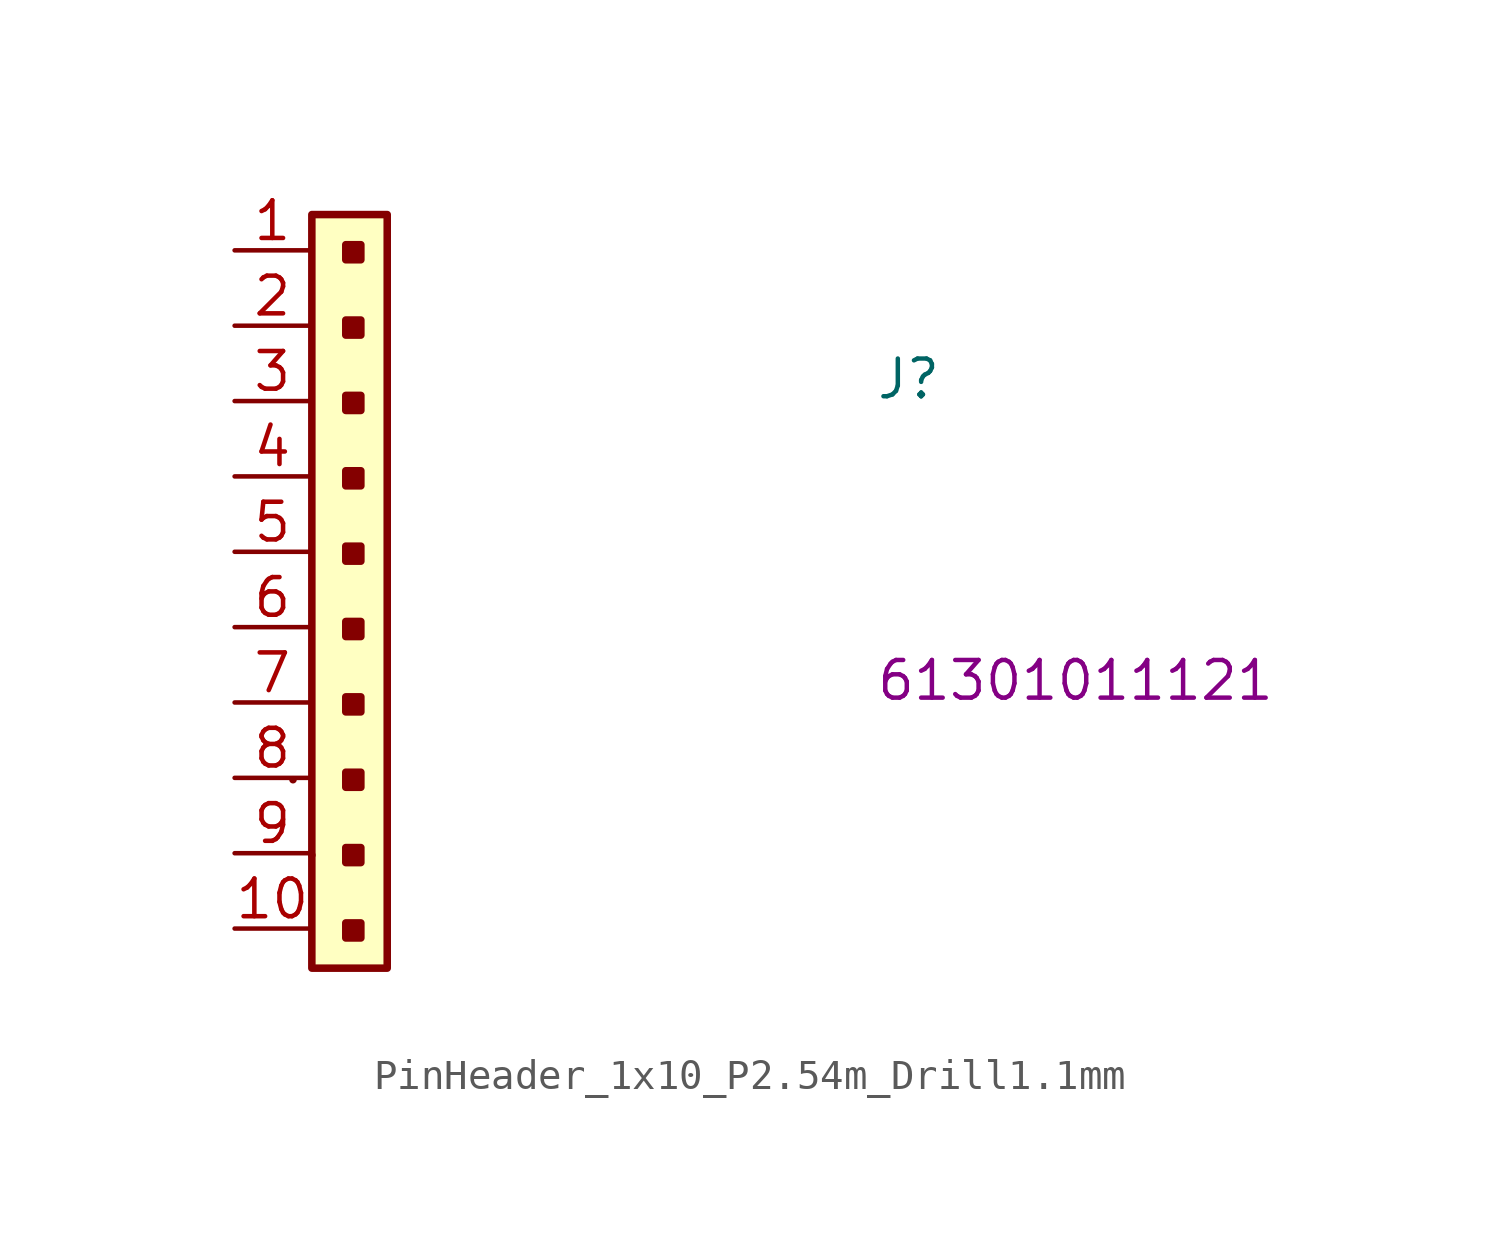
<source format=kicad_sym>
(kicad_symbol_lib
  (version 20220914)
  (generator kicad_symbol_editor)
  (symbol "PinHeader_1x10_P2.54m_Drill1.1mm"
    (property "Reference" "J"
      (at 21.59 -5.08 0)
      (effects (font (size 1.27 1.27) (thickness 0.15)) (justify left bottom)))
    (property "MPN" "61301011121"
      (at 21.59 -15.24 0)
      (effects (font (size 1.27 1.27) (thickness 0.15)) (justify left bottom)))
    (symbol "PinHeader_1x10_P2.54m_Drill1.1mm_1_1"
      (rectangle (start 1.968 -17.843) (end 1.968 -17.843) (stroke (width 0.254) (type default)) (fill (type background)))
      (rectangle (start 2.603 -20.384) (end 2.603 -20.384) (stroke (width 0.254) (type default)) (fill (type background)))
      (rectangle (start 4.255 -23.177) (end 3.747 -22.669) (stroke (width 0.254) (type default)) (fill (type outline)))
      (rectangle (start 4.255 -20.637) (end 3.747 -20.13) (stroke (width 0.254) (type default)) (fill (type outline)))
      (rectangle (start 4.255 -18.098) (end 3.747 -17.59) (stroke (width 0.254) (type default)) (fill (type outline)))
      (rectangle (start 4.255 -15.557) (end 3.747 -15.05) (stroke (width 0.254) (type default)) (fill (type outline)))
      (rectangle (start 4.255 -13.018) (end 3.747 -12.509) (stroke (width 0.254) (type default)) (fill (type outline)))
      (rectangle (start 4.255 -10.477) (end 3.747 -9.97) (stroke (width 0.254) (type default)) (fill (type outline)))
      (rectangle (start 4.255 -7.938) (end 3.747 -7.429) (stroke (width 0.254) (type default)) (fill (type outline)))
      (rectangle (start 4.255 -5.397) (end 3.747 -4.889) (stroke (width 0.254) (type default)) (fill (type outline)))
      (rectangle (start 4.255 -2.857) (end 3.747 -2.349) (stroke (width 0.254) (type default)) (fill (type outline)))
      (rectangle (start 4.255 -0.318) (end 3.747 0.191) (stroke (width 0.254) (type default)) (fill (type outline)))
      (rectangle (start 5.144 -24.194) (end 2.603 1.206) (stroke (width 0.254) (type default)) (fill (type background)))
      (pin passive line (at 0 0 0) (length 2.54) (name "~" (effects (font (size 1.27 1.27)))) (number "1" (effects (font (size 1.27 1.27)))))
      (pin passive line (at 0 -22.86 0) (length 2.54) (name "~" (effects (font (size 1.27 1.27)))) (number "10" (effects (font (size 1.27 1.27)))))
      (pin passive line (at 0 -2.54 0) (length 2.54) (name "~" (effects (font (size 1.27 1.27)))) (number "2" (effects (font (size 1.27 1.27)))))
      (pin passive line (at 0 -5.08 0) (length 2.54) (name "~" (effects (font (size 1.27 1.27)))) (number "3" (effects (font (size 1.27 1.27)))))
      (pin passive line (at 0 -7.62 0) (length 2.54) (name "~" (effects (font (size 1.27 1.27)))) (number "4" (effects (font (size 1.27 1.27)))))
      (pin passive line (at 0 -10.16 0) (length 2.54) (name "~" (effects (font (size 1.27 1.27)))) (number "5" (effects (font (size 1.27 1.27)))))
      (pin passive line (at 0 -12.7 0) (length 2.54) (name "~" (effects (font (size 1.27 1.27)))) (number "6" (effects (font (size 1.27 1.27)))))
      (pin passive line (at 0 -15.24 0) (length 2.54) (name "~" (effects (font (size 1.27 1.27)))) (number "7" (effects (font (size 1.27 1.27)))))
      (pin passive line (at 0 -17.78 0) (length 2.54) (name "~" (effects (font (size 1.27 1.27)))) (number "8" (effects (font (size 1.27 1.27)))))
      (pin passive line (at 0 -20.32 0) (length 2.54) (name "~" (effects (font (size 1.27 1.27)))) (number "9" (effects (font (size 1.27 1.27))))))))
</source>
